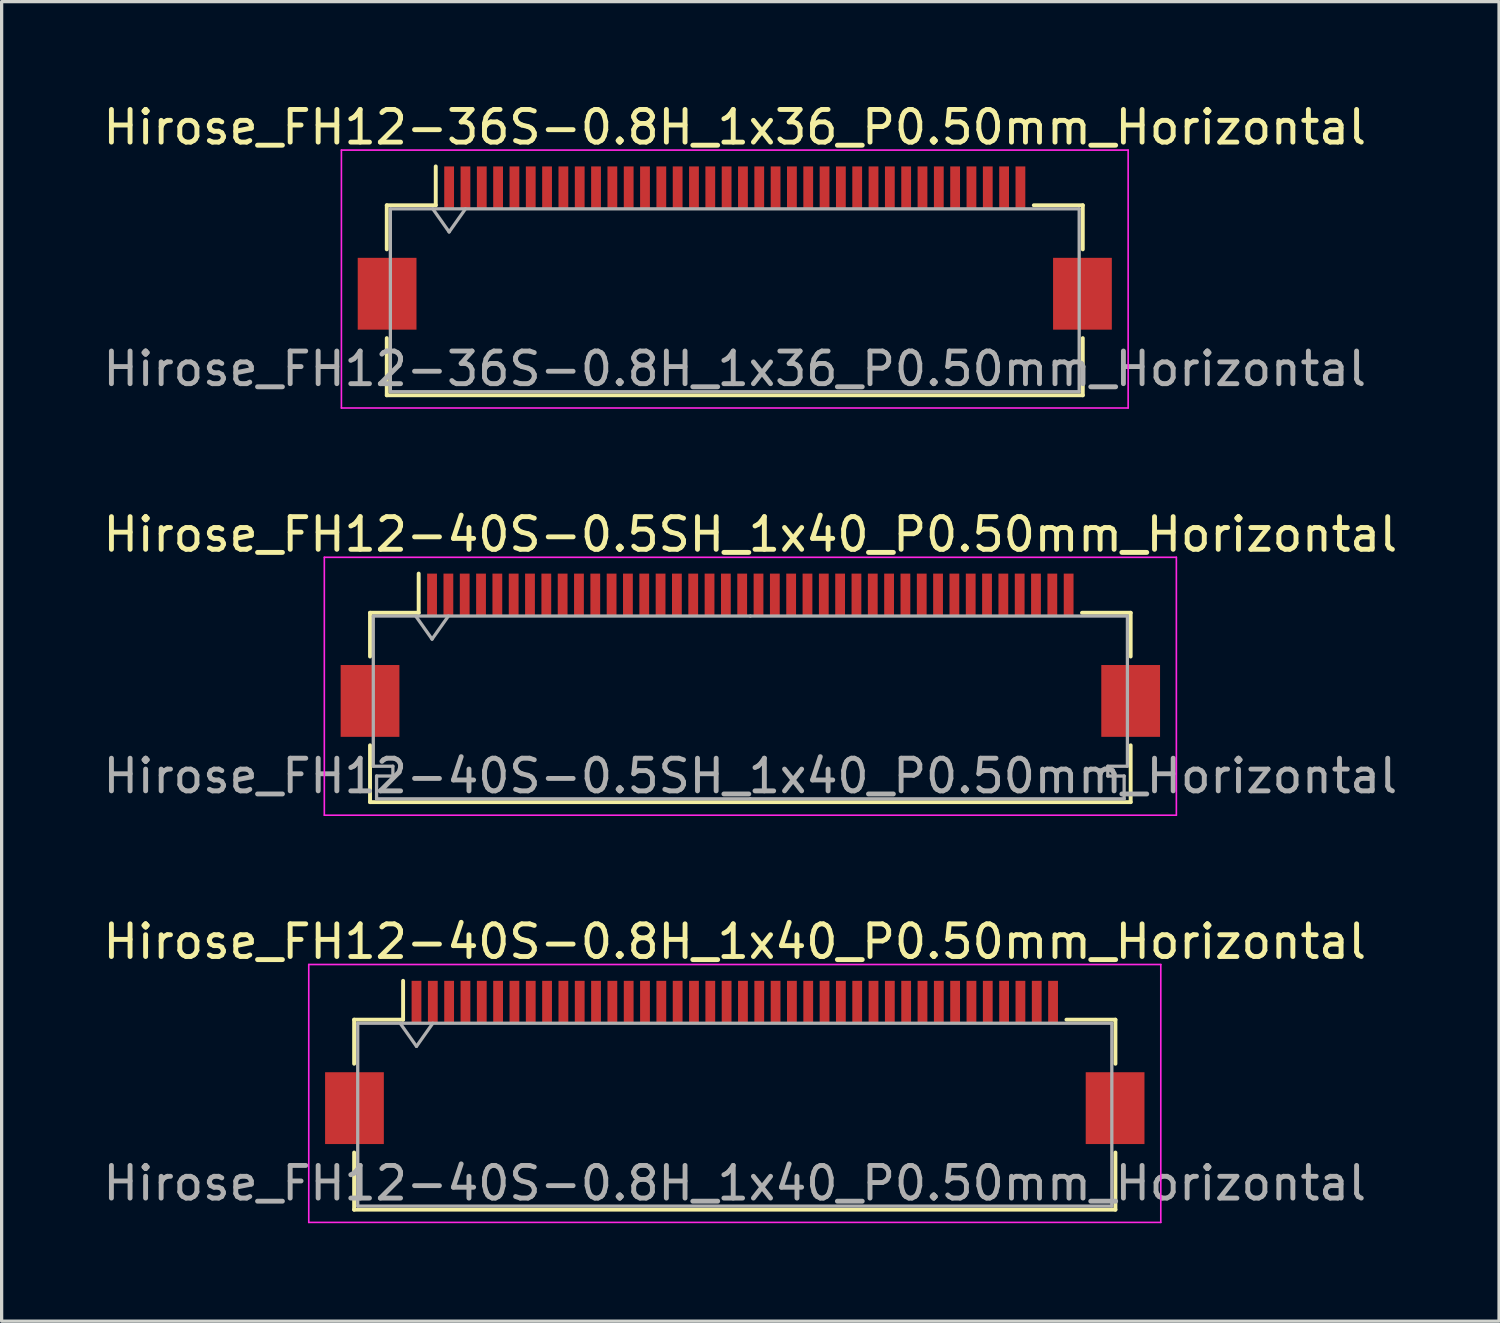
<source format=kicad_pcb>
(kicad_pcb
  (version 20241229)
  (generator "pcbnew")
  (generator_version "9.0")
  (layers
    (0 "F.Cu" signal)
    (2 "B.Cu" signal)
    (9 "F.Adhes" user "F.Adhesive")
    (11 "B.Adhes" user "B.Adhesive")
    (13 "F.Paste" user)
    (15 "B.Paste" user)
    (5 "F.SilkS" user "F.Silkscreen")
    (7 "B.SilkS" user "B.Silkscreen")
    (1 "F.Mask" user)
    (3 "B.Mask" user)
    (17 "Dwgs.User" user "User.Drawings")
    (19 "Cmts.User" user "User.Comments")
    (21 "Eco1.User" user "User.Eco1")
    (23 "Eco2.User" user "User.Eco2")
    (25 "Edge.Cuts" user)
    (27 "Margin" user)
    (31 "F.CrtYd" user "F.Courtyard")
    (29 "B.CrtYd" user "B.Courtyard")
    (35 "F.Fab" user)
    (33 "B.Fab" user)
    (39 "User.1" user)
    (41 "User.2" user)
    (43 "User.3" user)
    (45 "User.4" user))
  (footprint "Hirose_FH12-40S-0.8H_1x40_P0.50mm_Horizontal"
    (layer "F.Cu")
    (at 19.458 29.495)
    (property "Reference" "Hirose_FH12-40S-0.8H_1x40_P0.50mm_Horizontal" (at 0 -3.7 0) (layer "F.SilkS") (effects (font (size 1 1) (thickness 0.15))))
    (attr smd)
    (fp_line (start -11.66 -1.31) (end -10.16 -1.31) (stroke (width 0.12) (type solid)) (layer "F.SilkS"))
    (fp_line (start -11.66 0.04) (end -11.66 -1.31) (stroke (width 0.12) (type solid)) (layer "F.SilkS"))
    (fp_line (start -11.66 2.76) (end -11.66 4.51) (stroke (width 0.12) (type solid)) (layer "F.SilkS"))
    (fp_line (start -11.66 4.51) (end 11.66 4.51) (stroke (width 0.12) (type solid)) (layer "F.SilkS"))
    (fp_line (start -10.16 -1.31) (end -10.16 -2.5) (stroke (width 0.12) (type solid)) (layer "F.SilkS"))
    (fp_line (start 11.66 -1.31) (end 10.16 -1.31) (stroke (width 0.12) (type solid)) (layer "F.SilkS"))
    (fp_line (start 11.66 0.04) (end 11.66 -1.31) (stroke (width 0.12) (type solid)) (layer "F.SilkS"))
    (fp_line (start 11.66 4.51) (end 11.66 2.76) (stroke (width 0.12) (type solid)) (layer "F.SilkS"))
    (fp_line (start -13.05 -3) (end -13.05 4.9) (stroke (width 0.05) (type solid)) (layer "F.CrtYd"))
    (fp_line (start -13.05 4.9) (end 13.05 4.9) (stroke (width 0.05) (type solid)) (layer "F.CrtYd"))
    (fp_line (start 13.05 -3) (end -13.05 -3) (stroke (width 0.05) (type solid)) (layer "F.CrtYd"))
    (fp_line (start 13.05 4.9) (end 13.05 -3) (stroke (width 0.05) (type solid)) (layer "F.CrtYd"))
    (fp_line (start -11.55 -1.2) (end -11.55 4.4) (stroke (width 0.1) (type solid)) (layer "F.Fab"))
    (fp_line (start -11.55 -1.2) (end 11.55 -1.2) (stroke (width 0.1) (type solid)) (layer "F.Fab"))
    (fp_line (start -11.55 4.4) (end 11.55 4.4) (stroke (width 0.1) (type solid)) (layer "F.Fab"))
    (fp_line (start -10.25 -1.2) (end -9.75 -0.493) (stroke (width 0.1) (type solid)) (layer "F.Fab"))
    (fp_line (start -9.75 -0.493) (end -9.25 -1.2) (stroke (width 0.1) (type solid)) (layer "F.Fab"))
    (fp_line (start 11.55 -1.2) (end 11.55 4.4) (stroke (width 0.1) (type solid)) (layer "F.Fab"))
    (fp_text user "${REFERENCE}" (at 0 3.7 0) (layer "F.Fab") (effects (font (size 1 1) (thickness 0.15))))
    (pad "" smd rect (at -11.65 1.4) (size 1.8 2.2) (layers "F.Cu" "F.Mask" "F.Paste"))
    (pad "" smd rect (at 11.65 1.4) (size 1.8 2.2) (layers "F.Cu" "F.Mask" "F.Paste"))
    (pad "1" smd rect (at -9.75 -1.85) (size 0.3 1.3) (layers "F.Cu" "F.Mask" "F.Paste"))
    (pad "2" smd rect (at -9.25 -1.85) (size 0.3 1.3) (layers "F.Cu" "F.Mask" "F.Paste"))
    (pad "3" smd rect (at -8.75 -1.85) (size 0.3 1.3) (layers "F.Cu" "F.Mask" "F.Paste"))
    (pad "4" smd rect (at -8.25 -1.85) (size 0.3 1.3) (layers "F.Cu" "F.Mask" "F.Paste"))
    (pad "5" smd rect (at -7.75 -1.85) (size 0.3 1.3) (layers "F.Cu" "F.Mask" "F.Paste"))
    (pad "6" smd rect (at -7.25 -1.85) (size 0.3 1.3) (layers "F.Cu" "F.Mask" "F.Paste"))
    (pad "7" smd rect (at -6.75 -1.85) (size 0.3 1.3) (layers "F.Cu" "F.Mask" "F.Paste"))
    (pad "8" smd rect (at -6.25 -1.85) (size 0.3 1.3) (layers "F.Cu" "F.Mask" "F.Paste"))
    (pad "9" smd rect (at -5.75 -1.85) (size 0.3 1.3) (layers "F.Cu" "F.Mask" "F.Paste"))
    (pad "10" smd rect (at -5.25 -1.85) (size 0.3 1.3) (layers "F.Cu" "F.Mask" "F.Paste"))
    (pad "11" smd rect (at -4.75 -1.85) (size 0.3 1.3) (layers "F.Cu" "F.Mask" "F.Paste"))
    (pad "12" smd rect (at -4.25 -1.85) (size 0.3 1.3) (layers "F.Cu" "F.Mask" "F.Paste"))
    (pad "13" smd rect (at -3.75 -1.85) (size 0.3 1.3) (layers "F.Cu" "F.Mask" "F.Paste"))
    (pad "14" smd rect (at -3.25 -1.85) (size 0.3 1.3) (layers "F.Cu" "F.Mask" "F.Paste"))
    (pad "15" smd rect (at -2.75 -1.85) (size 0.3 1.3) (layers "F.Cu" "F.Mask" "F.Paste"))
    (pad "16" smd rect (at -2.25 -1.85) (size 0.3 1.3) (layers "F.Cu" "F.Mask" "F.Paste"))
    (pad "17" smd rect (at -1.75 -1.85) (size 0.3 1.3) (layers "F.Cu" "F.Mask" "F.Paste"))
    (pad "18" smd rect (at -1.25 -1.85) (size 0.3 1.3) (layers "F.Cu" "F.Mask" "F.Paste"))
    (pad "19" smd rect (at -0.75 -1.85) (size 0.3 1.3) (layers "F.Cu" "F.Mask" "F.Paste"))
    (pad "20" smd rect (at -0.25 -1.85) (size 0.3 1.3) (layers "F.Cu" "F.Mask" "F.Paste"))
    (pad "21" smd rect (at 0.25 -1.85) (size 0.3 1.3) (layers "F.Cu" "F.Mask" "F.Paste"))
    (pad "22" smd rect (at 0.75 -1.85) (size 0.3 1.3) (layers "F.Cu" "F.Mask" "F.Paste"))
    (pad "23" smd rect (at 1.25 -1.85) (size 0.3 1.3) (layers "F.Cu" "F.Mask" "F.Paste"))
    (pad "24" smd rect (at 1.75 -1.85) (size 0.3 1.3) (layers "F.Cu" "F.Mask" "F.Paste"))
    (pad "25" smd rect (at 2.25 -1.85) (size 0.3 1.3) (layers "F.Cu" "F.Mask" "F.Paste"))
    (pad "26" smd rect (at 2.75 -1.85) (size 0.3 1.3) (layers "F.Cu" "F.Mask" "F.Paste"))
    (pad "27" smd rect (at 3.25 -1.85) (size 0.3 1.3) (layers "F.Cu" "F.Mask" "F.Paste"))
    (pad "28" smd rect (at 3.75 -1.85) (size 0.3 1.3) (layers "F.Cu" "F.Mask" "F.Paste"))
    (pad "29" smd rect (at 4.25 -1.85) (size 0.3 1.3) (layers "F.Cu" "F.Mask" "F.Paste"))
    (pad "30" smd rect (at 4.75 -1.85) (size 0.3 1.3) (layers "F.Cu" "F.Mask" "F.Paste"))
    (pad "31" smd rect (at 5.25 -1.85) (size 0.3 1.3) (layers "F.Cu" "F.Mask" "F.Paste"))
    (pad "32" smd rect (at 5.75 -1.85) (size 0.3 1.3) (layers "F.Cu" "F.Mask" "F.Paste"))
    (pad "33" smd rect (at 6.25 -1.85) (size 0.3 1.3) (layers "F.Cu" "F.Mask" "F.Paste"))
    (pad "34" smd rect (at 6.75 -1.85) (size 0.3 1.3) (layers "F.Cu" "F.Mask" "F.Paste"))
    (pad "35" smd rect (at 7.25 -1.85) (size 0.3 1.3) (layers "F.Cu" "F.Mask" "F.Paste"))
    (pad "36" smd rect (at 7.75 -1.85) (size 0.3 1.3) (layers "F.Cu" "F.Mask" "F.Paste"))
    (pad "37" smd rect (at 8.25 -1.85) (size 0.3 1.3) (layers "F.Cu" "F.Mask" "F.Paste"))
    (pad "38" smd rect (at 8.75 -1.85) (size 0.3 1.3) (layers "F.Cu" "F.Mask" "F.Paste"))
    (pad "39" smd rect (at 9.25 -1.85) (size 0.3 1.3) (layers "F.Cu" "F.Mask" "F.Paste"))
    (pad "40" smd rect (at 9.75 -1.85) (size 0.3 1.3) (layers "F.Cu" "F.Mask" "F.Paste")))
  (footprint "Hirose_FH12-36S-0.8H_1x36_P0.50mm_Horizontal"
    (layer "F.Cu")
    (at 19.458 4.548)
    (property "Reference" "Hirose_FH12-36S-0.8H_1x36_P0.50mm_Horizontal" (at 0 -3.7 0) (layer "F.SilkS") (effects (font (size 1 1) (thickness 0.15))))
    (attr smd)
    (fp_line (start -10.66 -1.31) (end -9.16 -1.31) (stroke (width 0.12) (type solid)) (layer "F.SilkS"))
    (fp_line (start -10.66 0.04) (end -10.66 -1.31) (stroke (width 0.12) (type solid)) (layer "F.SilkS"))
    (fp_line (start -10.66 2.76) (end -10.66 4.51) (stroke (width 0.12) (type solid)) (layer "F.SilkS"))
    (fp_line (start -10.66 4.51) (end 10.66 4.51) (stroke (width 0.12) (type solid)) (layer "F.SilkS"))
    (fp_line (start -9.16 -1.31) (end -9.16 -2.5) (stroke (width 0.12) (type solid)) (layer "F.SilkS"))
    (fp_line (start 10.66 -1.31) (end 9.16 -1.31) (stroke (width 0.12) (type solid)) (layer "F.SilkS"))
    (fp_line (start 10.66 0.04) (end 10.66 -1.31) (stroke (width 0.12) (type solid)) (layer "F.SilkS"))
    (fp_line (start 10.66 4.51) (end 10.66 2.76) (stroke (width 0.12) (type solid)) (layer "F.SilkS"))
    (fp_line (start -12.05 -3) (end -12.05 4.9) (stroke (width 0.05) (type solid)) (layer "F.CrtYd"))
    (fp_line (start -12.05 4.9) (end 12.05 4.9) (stroke (width 0.05) (type solid)) (layer "F.CrtYd"))
    (fp_line (start 12.05 -3) (end -12.05 -3) (stroke (width 0.05) (type solid)) (layer "F.CrtYd"))
    (fp_line (start 12.05 4.9) (end 12.05 -3) (stroke (width 0.05) (type solid)) (layer "F.CrtYd"))
    (fp_line (start -10.55 -1.2) (end -10.55 4.4) (stroke (width 0.1) (type solid)) (layer "F.Fab"))
    (fp_line (start -10.55 -1.2) (end 10.55 -1.2) (stroke (width 0.1) (type solid)) (layer "F.Fab"))
    (fp_line (start -10.55 4.4) (end 10.55 4.4) (stroke (width 0.1) (type solid)) (layer "F.Fab"))
    (fp_line (start -9.25 -1.2) (end -8.75 -0.493) (stroke (width 0.1) (type solid)) (layer "F.Fab"))
    (fp_line (start -8.75 -0.493) (end -8.25 -1.2) (stroke (width 0.1) (type solid)) (layer "F.Fab"))
    (fp_line (start 10.55 -1.2) (end 10.55 4.4) (stroke (width 0.1) (type solid)) (layer "F.Fab"))
    (fp_text user "${REFERENCE}" (at 0 3.7 0) (layer "F.Fab") (effects (font (size 1 1) (thickness 0.15))))
    (pad "" smd rect (at -10.65 1.4) (size 1.8 2.2) (layers "F.Cu" "F.Mask" "F.Paste"))
    (pad "" smd rect (at 10.65 1.4) (size 1.8 2.2) (layers "F.Cu" "F.Mask" "F.Paste"))
    (pad "1" smd rect (at -8.75 -1.85) (size 0.3 1.3) (layers "F.Cu" "F.Mask" "F.Paste"))
    (pad "2" smd rect (at -8.25 -1.85) (size 0.3 1.3) (layers "F.Cu" "F.Mask" "F.Paste"))
    (pad "3" smd rect (at -7.75 -1.85) (size 0.3 1.3) (layers "F.Cu" "F.Mask" "F.Paste"))
    (pad "4" smd rect (at -7.25 -1.85) (size 0.3 1.3) (layers "F.Cu" "F.Mask" "F.Paste"))
    (pad "5" smd rect (at -6.75 -1.85) (size 0.3 1.3) (layers "F.Cu" "F.Mask" "F.Paste"))
    (pad "6" smd rect (at -6.25 -1.85) (size 0.3 1.3) (layers "F.Cu" "F.Mask" "F.Paste"))
    (pad "7" smd rect (at -5.75 -1.85) (size 0.3 1.3) (layers "F.Cu" "F.Mask" "F.Paste"))
    (pad "8" smd rect (at -5.25 -1.85) (size 0.3 1.3) (layers "F.Cu" "F.Mask" "F.Paste"))
    (pad "9" smd rect (at -4.75 -1.85) (size 0.3 1.3) (layers "F.Cu" "F.Mask" "F.Paste"))
    (pad "10" smd rect (at -4.25 -1.85) (size 0.3 1.3) (layers "F.Cu" "F.Mask" "F.Paste"))
    (pad "11" smd rect (at -3.75 -1.85) (size 0.3 1.3) (layers "F.Cu" "F.Mask" "F.Paste"))
    (pad "12" smd rect (at -3.25 -1.85) (size 0.3 1.3) (layers "F.Cu" "F.Mask" "F.Paste"))
    (pad "13" smd rect (at -2.75 -1.85) (size 0.3 1.3) (layers "F.Cu" "F.Mask" "F.Paste"))
    (pad "14" smd rect (at -2.25 -1.85) (size 0.3 1.3) (layers "F.Cu" "F.Mask" "F.Paste"))
    (pad "15" smd rect (at -1.75 -1.85) (size 0.3 1.3) (layers "F.Cu" "F.Mask" "F.Paste"))
    (pad "16" smd rect (at -1.25 -1.85) (size 0.3 1.3) (layers "F.Cu" "F.Mask" "F.Paste"))
    (pad "17" smd rect (at -0.75 -1.85) (size 0.3 1.3) (layers "F.Cu" "F.Mask" "F.Paste"))
    (pad "18" smd rect (at -0.25 -1.85) (size 0.3 1.3) (layers "F.Cu" "F.Mask" "F.Paste"))
    (pad "19" smd rect (at 0.25 -1.85) (size 0.3 1.3) (layers "F.Cu" "F.Mask" "F.Paste"))
    (pad "20" smd rect (at 0.75 -1.85) (size 0.3 1.3) (layers "F.Cu" "F.Mask" "F.Paste"))
    (pad "21" smd rect (at 1.25 -1.85) (size 0.3 1.3) (layers "F.Cu" "F.Mask" "F.Paste"))
    (pad "22" smd rect (at 1.75 -1.85) (size 0.3 1.3) (layers "F.Cu" "F.Mask" "F.Paste"))
    (pad "23" smd rect (at 2.25 -1.85) (size 0.3 1.3) (layers "F.Cu" "F.Mask" "F.Paste"))
    (pad "24" smd rect (at 2.75 -1.85) (size 0.3 1.3) (layers "F.Cu" "F.Mask" "F.Paste"))
    (pad "25" smd rect (at 3.25 -1.85) (size 0.3 1.3) (layers "F.Cu" "F.Mask" "F.Paste"))
    (pad "26" smd rect (at 3.75 -1.85) (size 0.3 1.3) (layers "F.Cu" "F.Mask" "F.Paste"))
    (pad "27" smd rect (at 4.25 -1.85) (size 0.3 1.3) (layers "F.Cu" "F.Mask" "F.Paste"))
    (pad "28" smd rect (at 4.75 -1.85) (size 0.3 1.3) (layers "F.Cu" "F.Mask" "F.Paste"))
    (pad "29" smd rect (at 5.25 -1.85) (size 0.3 1.3) (layers "F.Cu" "F.Mask" "F.Paste"))
    (pad "30" smd rect (at 5.75 -1.85) (size 0.3 1.3) (layers "F.Cu" "F.Mask" "F.Paste"))
    (pad "31" smd rect (at 6.25 -1.85) (size 0.3 1.3) (layers "F.Cu" "F.Mask" "F.Paste"))
    (pad "32" smd rect (at 6.75 -1.85) (size 0.3 1.3) (layers "F.Cu" "F.Mask" "F.Paste"))
    (pad "33" smd rect (at 7.25 -1.85) (size 0.3 1.3) (layers "F.Cu" "F.Mask" "F.Paste"))
    (pad "34" smd rect (at 7.75 -1.85) (size 0.3 1.3) (layers "F.Cu" "F.Mask" "F.Paste"))
    (pad "35" smd rect (at 8.25 -1.85) (size 0.3 1.3) (layers "F.Cu" "F.Mask" "F.Paste"))
    (pad "36" smd rect (at 8.75 -1.85) (size 0.3 1.3) (layers "F.Cu" "F.Mask" "F.Paste")))
  (footprint "Hirose_FH12-40S-0.5SH_1x40_P0.50mm_Horizontal"
    (layer "F.Cu")
    (at 19.935 17.021)
    (property "Reference" "Hirose_FH12-40S-0.5SH_1x40_P0.50mm_Horizontal" (at 0 -3.7 0) (layer "F.SilkS") (effects (font (size 1 1) (thickness 0.15))))
    (attr smd)
    (fp_line (start -11.65 -1.3) (end -11.65 0.04) (stroke (width 0.12) (type solid)) (layer "F.SilkS"))
    (fp_line (start -11.65 2.76) (end -11.65 4.5) (stroke (width 0.12) (type solid)) (layer "F.SilkS"))
    (fp_line (start -11.65 4.5) (end 11.65 4.5) (stroke (width 0.12) (type solid)) (layer "F.SilkS"))
    (fp_line (start -10.16 -1.3) (end -11.65 -1.3) (stroke (width 0.12) (type solid)) (layer "F.SilkS"))
    (fp_line (start -10.16 -1.3) (end -10.16 -2.5) (stroke (width 0.12) (type solid)) (layer "F.SilkS"))
    (fp_line (start 10.16 -1.3) (end 11.65 -1.3) (stroke (width 0.12) (type solid)) (layer "F.SilkS"))
    (fp_line (start 11.65 -1.3) (end 11.65 0.04) (stroke (width 0.12) (type solid)) (layer "F.SilkS"))
    (fp_line (start 11.65 4.5) (end 11.65 2.76) (stroke (width 0.12) (type solid)) (layer "F.SilkS"))
    (fp_line (start -13.05 -3) (end -13.05 4.9) (stroke (width 0.05) (type solid)) (layer "F.CrtYd"))
    (fp_line (start -13.05 4.9) (end 13.05 4.9) (stroke (width 0.05) (type solid)) (layer "F.CrtYd"))
    (fp_line (start 13.05 -3) (end -13.05 -3) (stroke (width 0.05) (type solid)) (layer "F.CrtYd"))
    (fp_line (start 13.05 4.9) (end 13.05 -3) (stroke (width 0.05) (type solid)) (layer "F.CrtYd"))
    (fp_line (start -11.55 -1.2) (end -11.55 3.4) (stroke (width 0.1) (type solid)) (layer "F.Fab"))
    (fp_line (start -11.55 3.4) (end -10.95 3.4) (stroke (width 0.1) (type solid)) (layer "F.Fab"))
    (fp_line (start -11.45 3.7) (end -11.45 4.4) (stroke (width 0.1) (type solid)) (layer "F.Fab"))
    (fp_line (start -11.45 4.4) (end 0 4.4) (stroke (width 0.1) (type solid)) (layer "F.Fab"))
    (fp_line (start -10.95 3.4) (end -10.95 3.7) (stroke (width 0.1) (type solid)) (layer "F.Fab"))
    (fp_line (start -10.95 3.7) (end -11.45 3.7) (stroke (width 0.1) (type solid)) (layer "F.Fab"))
    (fp_line (start -10.25 -1.2) (end -9.75 -0.493) (stroke (width 0.1) (type solid)) (layer "F.Fab"))
    (fp_line (start -9.75 -0.493) (end -9.25 -1.2) (stroke (width 0.1) (type solid)) (layer "F.Fab"))
    (fp_line (start 0 -1.2) (end -11.55 -1.2) (stroke (width 0.1) (type solid)) (layer "F.Fab"))
    (fp_line (start 0 -1.2) (end 11.55 -1.2) (stroke (width 0.1) (type solid)) (layer "F.Fab"))
    (fp_line (start 10.95 3.4) (end 10.95 3.7) (stroke (width 0.1) (type solid)) (layer "F.Fab"))
    (fp_line (start 10.95 3.7) (end 11.45 3.7) (stroke (width 0.1) (type solid)) (layer "F.Fab"))
    (fp_line (start 11.45 3.7) (end 11.45 4.4) (stroke (width 0.1) (type solid)) (layer "F.Fab"))
    (fp_line (start 11.45 4.4) (end 0 4.4) (stroke (width 0.1) (type solid)) (layer "F.Fab"))
    (fp_line (start 11.55 -1.2) (end 11.55 3.4) (stroke (width 0.1) (type solid)) (layer "F.Fab"))
    (fp_line (start 11.55 3.4) (end 10.95 3.4) (stroke (width 0.1) (type solid)) (layer "F.Fab"))
    (fp_text user "${REFERENCE}" (at 0 3.7 0) (layer "F.Fab") (effects (font (size 1 1) (thickness 0.15))))
    (pad "" smd rect (at -11.65 1.4) (size 1.8 2.2) (layers "F.Cu" "F.Mask" "F.Paste"))
    (pad "" smd rect (at 11.65 1.4) (size 1.8 2.2) (layers "F.Cu" "F.Mask" "F.Paste"))
    (pad "1" smd rect (at -9.75 -1.85) (size 0.3 1.3) (layers "F.Cu" "F.Mask" "F.Paste"))
    (pad "2" smd rect (at -9.25 -1.85) (size 0.3 1.3) (layers "F.Cu" "F.Mask" "F.Paste"))
    (pad "3" smd rect (at -8.75 -1.85) (size 0.3 1.3) (layers "F.Cu" "F.Mask" "F.Paste"))
    (pad "4" smd rect (at -8.25 -1.85) (size 0.3 1.3) (layers "F.Cu" "F.Mask" "F.Paste"))
    (pad "5" smd rect (at -7.75 -1.85) (size 0.3 1.3) (layers "F.Cu" "F.Mask" "F.Paste"))
    (pad "6" smd rect (at -7.25 -1.85) (size 0.3 1.3) (layers "F.Cu" "F.Mask" "F.Paste"))
    (pad "7" smd rect (at -6.75 -1.85) (size 0.3 1.3) (layers "F.Cu" "F.Mask" "F.Paste"))
    (pad "8" smd rect (at -6.25 -1.85) (size 0.3 1.3) (layers "F.Cu" "F.Mask" "F.Paste"))
    (pad "9" smd rect (at -5.75 -1.85) (size 0.3 1.3) (layers "F.Cu" "F.Mask" "F.Paste"))
    (pad "10" smd rect (at -5.25 -1.85) (size 0.3 1.3) (layers "F.Cu" "F.Mask" "F.Paste"))
    (pad "11" smd rect (at -4.75 -1.85) (size 0.3 1.3) (layers "F.Cu" "F.Mask" "F.Paste"))
    (pad "12" smd rect (at -4.25 -1.85) (size 0.3 1.3) (layers "F.Cu" "F.Mask" "F.Paste"))
    (pad "13" smd rect (at -3.75 -1.85) (size 0.3 1.3) (layers "F.Cu" "F.Mask" "F.Paste"))
    (pad "14" smd rect (at -3.25 -1.85) (size 0.3 1.3) (layers "F.Cu" "F.Mask" "F.Paste"))
    (pad "15" smd rect (at -2.75 -1.85) (size 0.3 1.3) (layers "F.Cu" "F.Mask" "F.Paste"))
    (pad "16" smd rect (at -2.25 -1.85) (size 0.3 1.3) (layers "F.Cu" "F.Mask" "F.Paste"))
    (pad "17" smd rect (at -1.75 -1.85) (size 0.3 1.3) (layers "F.Cu" "F.Mask" "F.Paste"))
    (pad "18" smd rect (at -1.25 -1.85) (size 0.3 1.3) (layers "F.Cu" "F.Mask" "F.Paste"))
    (pad "19" smd rect (at -0.75 -1.85) (size 0.3 1.3) (layers "F.Cu" "F.Mask" "F.Paste"))
    (pad "20" smd rect (at -0.25 -1.85) (size 0.3 1.3) (layers "F.Cu" "F.Mask" "F.Paste"))
    (pad "21" smd rect (at 0.25 -1.85) (size 0.3 1.3) (layers "F.Cu" "F.Mask" "F.Paste"))
    (pad "22" smd rect (at 0.75 -1.85) (size 0.3 1.3) (layers "F.Cu" "F.Mask" "F.Paste"))
    (pad "23" smd rect (at 1.25 -1.85) (size 0.3 1.3) (layers "F.Cu" "F.Mask" "F.Paste"))
    (pad "24" smd rect (at 1.75 -1.85) (size 0.3 1.3) (layers "F.Cu" "F.Mask" "F.Paste"))
    (pad "25" smd rect (at 2.25 -1.85) (size 0.3 1.3) (layers "F.Cu" "F.Mask" "F.Paste"))
    (pad "26" smd rect (at 2.75 -1.85) (size 0.3 1.3) (layers "F.Cu" "F.Mask" "F.Paste"))
    (pad "27" smd rect (at 3.25 -1.85) (size 0.3 1.3) (layers "F.Cu" "F.Mask" "F.Paste"))
    (pad "28" smd rect (at 3.75 -1.85) (size 0.3 1.3) (layers "F.Cu" "F.Mask" "F.Paste"))
    (pad "29" smd rect (at 4.25 -1.85) (size 0.3 1.3) (layers "F.Cu" "F.Mask" "F.Paste"))
    (pad "30" smd rect (at 4.75 -1.85) (size 0.3 1.3) (layers "F.Cu" "F.Mask" "F.Paste"))
    (pad "31" smd rect (at 5.25 -1.85) (size 0.3 1.3) (layers "F.Cu" "F.Mask" "F.Paste"))
    (pad "32" smd rect (at 5.75 -1.85) (size 0.3 1.3) (layers "F.Cu" "F.Mask" "F.Paste"))
    (pad "33" smd rect (at 6.25 -1.85) (size 0.3 1.3) (layers "F.Cu" "F.Mask" "F.Paste"))
    (pad "34" smd rect (at 6.75 -1.85) (size 0.3 1.3) (layers "F.Cu" "F.Mask" "F.Paste"))
    (pad "35" smd rect (at 7.25 -1.85) (size 0.3 1.3) (layers "F.Cu" "F.Mask" "F.Paste"))
    (pad "36" smd rect (at 7.75 -1.85) (size 0.3 1.3) (layers "F.Cu" "F.Mask" "F.Paste"))
    (pad "37" smd rect (at 8.25 -1.85) (size 0.3 1.3) (layers "F.Cu" "F.Mask" "F.Paste"))
    (pad "38" smd rect (at 8.75 -1.85) (size 0.3 1.3) (layers "F.Cu" "F.Mask" "F.Paste"))
    (pad "39" smd rect (at 9.25 -1.85) (size 0.3 1.3) (layers "F.Cu" "F.Mask" "F.Paste"))
    (pad "40" smd rect (at 9.75 -1.85) (size 0.3 1.3) (layers "F.Cu" "F.Mask" "F.Paste")))
  (gr_rect
    (start -3 -3)
    (end 42.869 37.42)
    (stroke (width 0.1) (type default))
    (fill no)
    (layer "Edge.Cuts")))
</source>
